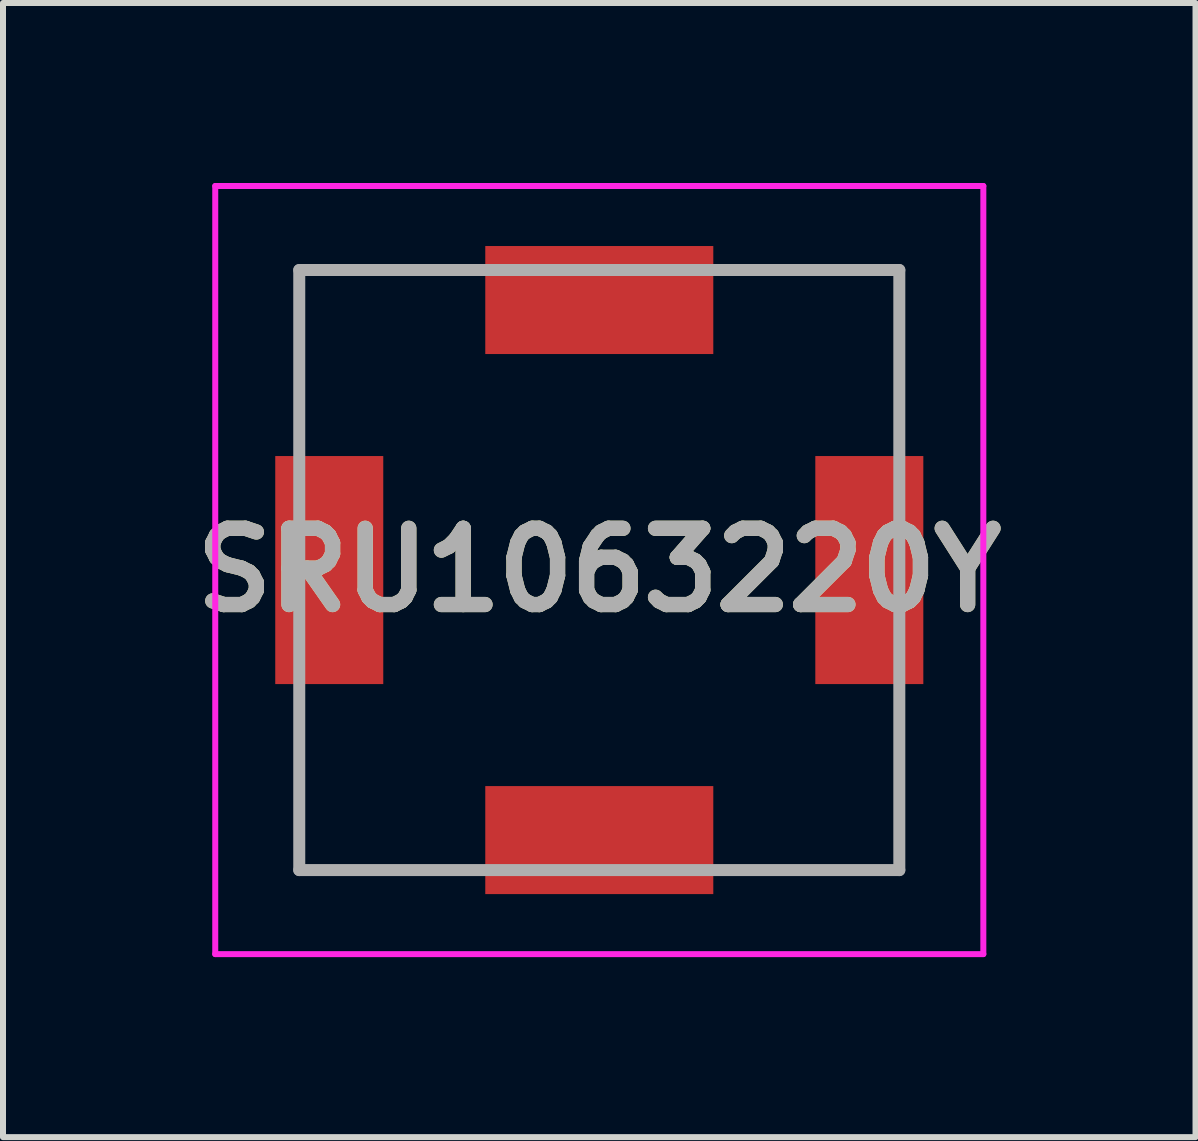
<source format=kicad_pcb>
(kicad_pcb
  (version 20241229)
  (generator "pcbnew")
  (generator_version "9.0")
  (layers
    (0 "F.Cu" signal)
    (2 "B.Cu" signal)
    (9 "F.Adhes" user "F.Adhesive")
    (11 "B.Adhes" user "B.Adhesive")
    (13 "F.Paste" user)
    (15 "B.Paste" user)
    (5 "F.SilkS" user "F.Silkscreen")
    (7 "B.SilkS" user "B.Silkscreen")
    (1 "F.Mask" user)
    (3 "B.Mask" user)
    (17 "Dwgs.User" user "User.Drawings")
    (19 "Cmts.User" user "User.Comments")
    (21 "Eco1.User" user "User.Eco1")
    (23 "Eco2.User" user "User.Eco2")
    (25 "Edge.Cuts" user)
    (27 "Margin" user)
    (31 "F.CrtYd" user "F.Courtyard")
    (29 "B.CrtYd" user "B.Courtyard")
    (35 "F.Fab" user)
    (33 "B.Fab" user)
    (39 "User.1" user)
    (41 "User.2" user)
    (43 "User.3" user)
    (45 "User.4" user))
  (footprint "SRU1063220Y"
    (layer "F.Cu")
    (at 6.937 6.45)
    (property "Reference" "SRU1063220Y" (at 0 0 0) (layer "F.SilkS") (effects (font (size 1.27 1.27) (thickness 0.254))))
    (attr smd)
    (fp_line (start -5 -5) (end -5 -2.2) (stroke (width 0.1) (type solid)) (layer "F.SilkS"))
    (fp_line (start -5 2.2) (end -5 5) (stroke (width 0.1) (type solid)) (layer "F.SilkS"))
    (fp_line (start -5 5) (end -2.2 5) (stroke (width 0.1) (type solid)) (layer "F.SilkS"))
    (fp_line (start -2.2 -5) (end -5 -5) (stroke (width 0.1) (type solid)) (layer "F.SilkS"))
    (fp_line (start 2.2 -5) (end 5 -5) (stroke (width 0.1) (type solid)) (layer "F.SilkS"))
    (fp_line (start 5 -5) (end 5 -2.2) (stroke (width 0.1) (type solid)) (layer "F.SilkS"))
    (fp_line (start 5 2.2) (end 5 5) (stroke (width 0.1) (type solid)) (layer "F.SilkS"))
    (fp_line (start 5 5) (end 2.2 5) (stroke (width 0.1) (type solid)) (layer "F.SilkS"))
    (fp_line (start -6.4 -6.4) (end 6.4 -6.4) (stroke (width 0.1) (type solid)) (layer "F.CrtYd"))
    (fp_line (start -6.4 6.4) (end -6.4 -6.4) (stroke (width 0.1) (type solid)) (layer "F.CrtYd"))
    (fp_line (start 6.4 -6.4) (end 6.4 6.4) (stroke (width 0.1) (type solid)) (layer "F.CrtYd"))
    (fp_line (start 6.4 6.4) (end -6.4 6.4) (stroke (width 0.1) (type solid)) (layer "F.CrtYd"))
    (fp_line (start -5 -5) (end 5 -5) (stroke (width 0.2) (type solid)) (layer "F.Fab"))
    (fp_line (start -5 5) (end -5 -5) (stroke (width 0.2) (type solid)) (layer "F.Fab"))
    (fp_line (start 5 -5) (end 5 5) (stroke (width 0.2) (type solid)) (layer "F.Fab"))
    (fp_line (start 5 5) (end -5 5) (stroke (width 0.2) (type solid)) (layer "F.Fab"))
    (fp_text user "${REFERENCE}" (at 0 0 0) (layer "F.Fab") (effects (font (size 1.27 1.27) (thickness 0.254))))
    (pad "1" smd rect (at -4.5 0) (size 1.8 3.8) (layers "F.Cu" "F.Mask" "F.Paste"))
    (pad "2" smd rect (at 0 4.5 90) (size 1.8 3.8) (layers "F.Cu" "F.Mask" "F.Paste"))
    (pad "3" smd rect (at 4.5 0) (size 1.8 3.8) (layers "F.Cu" "F.Mask" "F.Paste"))
    (pad "4" smd rect (at 0 -4.5 90) (size 1.8 3.8) (layers "F.Cu" "F.Mask" "F.Paste")))
  (gr_rect
    (start -3 -3)
    (end 16.873 15.9)
    (stroke (width 0.1) (type default))
    (fill no)
    (layer "Edge.Cuts")))
</source>
